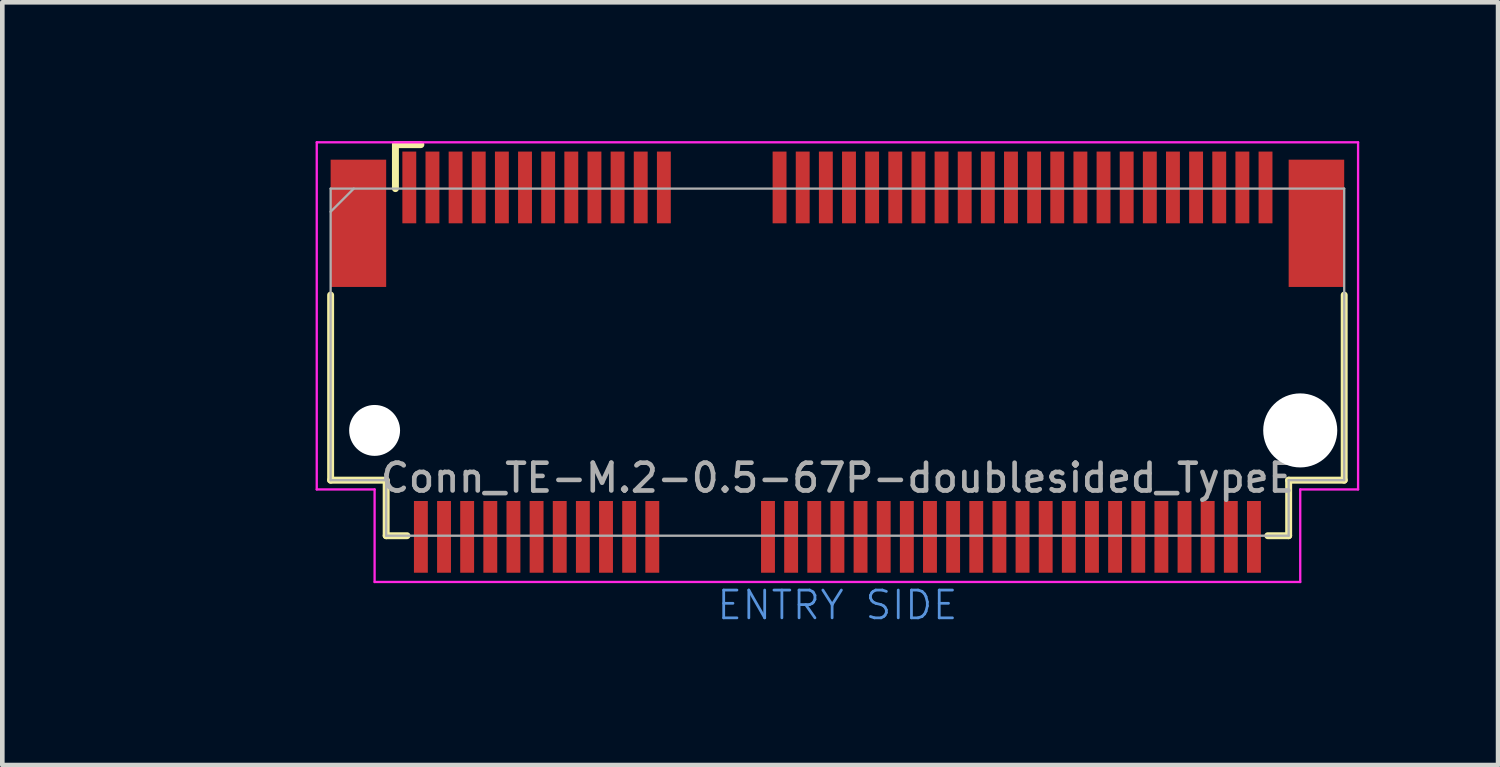
<source format=kicad_pcb>
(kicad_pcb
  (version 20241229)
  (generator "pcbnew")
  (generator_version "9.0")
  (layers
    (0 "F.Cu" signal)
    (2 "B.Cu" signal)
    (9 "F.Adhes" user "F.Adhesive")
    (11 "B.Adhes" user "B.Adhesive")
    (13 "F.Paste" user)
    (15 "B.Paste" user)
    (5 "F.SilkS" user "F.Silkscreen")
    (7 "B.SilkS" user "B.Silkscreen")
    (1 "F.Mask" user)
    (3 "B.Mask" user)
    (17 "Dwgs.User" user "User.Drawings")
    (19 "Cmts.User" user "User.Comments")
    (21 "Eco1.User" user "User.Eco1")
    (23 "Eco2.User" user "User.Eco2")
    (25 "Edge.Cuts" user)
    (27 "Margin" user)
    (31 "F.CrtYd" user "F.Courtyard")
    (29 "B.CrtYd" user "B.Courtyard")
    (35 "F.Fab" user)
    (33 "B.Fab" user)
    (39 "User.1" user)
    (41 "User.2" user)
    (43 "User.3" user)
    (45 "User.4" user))
  (footprint "Conn_TE-M.2-0.5-67P-doublesided_TypeE"
    (layer "F.Cu")
    (at 15.044 6.275)
    (property "Reference" "Conn_TE-M.2-0.5-67P-doublesided_TypeE" (at 0 1 0) (layer "F.Fab") (effects (font (size 0.6 0.6) (thickness 0.1))))
    (attr through_hole)
    (fp_line (start -10.95 1.05) (end -10.95 -2.95) (stroke (width 0.15) (type solid)) (layer "F.SilkS"))
    (fp_line (start -9.75 1.05) (end -10.95 1.05) (stroke (width 0.15) (type solid)) (layer "F.SilkS"))
    (fp_line (start -9.75 2.25) (end -9.75 1.05) (stroke (width 0.15) (type solid)) (layer "F.SilkS"))
    (fp_line (start -9.55 -6.2) (end -9 -6.2) (stroke (width 0.15) (type solid)) (layer "F.SilkS"))
    (fp_line (start -9.55 -5.25) (end -9.55 -6.2) (stroke (width 0.15) (type solid)) (layer "F.SilkS"))
    (fp_line (start -9.3 2.25) (end -9.75 2.25) (stroke (width 0.15) (type solid)) (layer "F.SilkS"))
    (fp_line (start 9.75 1.05) (end 9.75 2.25) (stroke (width 0.15) (type solid)) (layer "F.SilkS"))
    (fp_line (start 9.75 2.25) (end 9.3 2.25) (stroke (width 0.15) (type solid)) (layer "F.SilkS"))
    (fp_line (start 10.95 1.05) (end 9.75 1.05) (stroke (width 0.15) (type solid)) (layer "F.SilkS"))
    (fp_line (start 10.95 1.05) (end 10.95 -2.95) (stroke (width 0.15) (type solid)) (layer "F.SilkS"))
    (fp_line (start -11.25 -6.25) (end 11.25 -6.25) (stroke (width 0.05) (type solid)) (layer "F.CrtYd"))
    (fp_line (start -11.25 1.25) (end -11.25 -6.25) (stroke (width 0.05) (type solid)) (layer "F.CrtYd"))
    (fp_line (start -10 1.25) (end -11.25 1.25) (stroke (width 0.05) (type solid)) (layer "F.CrtYd"))
    (fp_line (start -10 3.25) (end -10 1.25) (stroke (width 0.05) (type solid)) (layer "F.CrtYd"))
    (fp_line (start 10 1.25) (end 10 3.25) (stroke (width 0.05) (type solid)) (layer "F.CrtYd"))
    (fp_line (start 10 3.25) (end -10 3.25) (stroke (width 0.05) (type solid)) (layer "F.CrtYd"))
    (fp_line (start 11.25 -6.25) (end 11.25 1.25) (stroke (width 0.05) (type solid)) (layer "F.CrtYd"))
    (fp_line (start 11.25 1.25) (end 10 1.25) (stroke (width 0.05) (type solid)) (layer "F.CrtYd"))
    (fp_line (start -10.95 -5.25) (end -10.95 1.05) (stroke (width 0.05) (type solid)) (layer "F.Fab"))
    (fp_line (start -10.95 -5.25) (end 10.95 -5.25) (stroke (width 0.05) (type solid)) (layer "F.Fab"))
    (fp_line (start -10.95 -4.75) (end -10.45 -5.25) (stroke (width 0.05) (type solid)) (layer "F.Fab"))
    (fp_line (start -10.95 1.05) (end -9.75 1.05) (stroke (width 0.05) (type solid)) (layer "F.Fab"))
    (fp_line (start -9.75 1.05) (end -9.75 2.25) (stroke (width 0.05) (type solid)) (layer "F.Fab"))
    (fp_line (start -9.75 2.25) (end 9.75 2.25) (stroke (width 0.05) (type solid)) (layer "F.Fab"))
    (fp_line (start 9.75 1.05) (end 9.75 2.25) (stroke (width 0.05) (type solid)) (layer "F.Fab"))
    (fp_line (start 10.95 1.05) (end 9.75 1.05) (stroke (width 0.05) (type solid)) (layer "F.Fab"))
    (fp_line (start 10.95 1.05) (end 10.95 -5.25) (stroke (width 0.05) (type solid)) (layer "F.Fab"))
    (fp_text user "ENTRY SIDE" (at 0 3.75 0) (layer "Cmts.User") (effects (font (size 0.6 0.6) (thickness 0.06))))
    (fp_text user "${REFERENCE}" (at -10.1 -4.8 0) (layer "Eco1.User") (effects (font (size 0.3 0.3) (thickness 0.03))))
    (pad "" smd rect (at -10.35 -4.5) (size 1.2 2.75) (layers "F.Cu" "F.Mask" "F.Paste"))
    (pad "" np_thru_hole circle (at -10 -0.025) (size 1.1 1.1) (drill 1.1) (layers "*.Cu"))
    (pad "" np_thru_hole circle (at 10 -0.025) (size 1.6 1.6) (drill 1.6) (layers "*.Cu"))
    (pad "" smd rect (at 10.35 -4.5) (size 1.2 2.75) (layers "F.Cu" "F.Mask" "F.Paste"))
    (pad "1" smd rect (at -9.25 -5.275) (size 0.3 1.55) (layers "F.Cu" "F.Mask" "F.Paste"))
    (pad "2" smd rect (at -9 2.275) (size 0.3 1.55) (layers "F.Cu" "F.Mask" "F.Paste"))
    (pad "3" smd rect (at -8.75 -5.275) (size 0.3 1.55) (layers "F.Cu" "F.Mask" "F.Paste"))
    (pad "4" smd rect (at -8.5 2.275) (size 0.3 1.55) (layers "F.Cu" "F.Mask" "F.Paste"))
    (pad "5" smd rect (at -8.25 -5.275) (size 0.3 1.55) (layers "F.Cu" "F.Mask" "F.Paste"))
    (pad "6" smd rect (at -8 2.275) (size 0.3 1.55) (layers "F.Cu" "F.Mask" "F.Paste"))
    (pad "7" smd rect (at -7.75 -5.275) (size 0.3 1.55) (layers "F.Cu" "F.Mask" "F.Paste"))
    (pad "8" smd rect (at -7.5 2.275) (size 0.3 1.55) (layers "F.Cu" "F.Mask" "F.Paste"))
    (pad "9" smd rect (at -7.25 -5.275) (size 0.3 1.55) (layers "F.Cu" "F.Mask" "F.Paste"))
    (pad "10" smd rect (at -7 2.275) (size 0.3 1.55) (layers "F.Cu" "F.Mask" "F.Paste"))
    (pad "11" smd rect (at -6.75 -5.275) (size 0.3 1.55) (layers "F.Cu" "F.Mask" "F.Paste"))
    (pad "12" smd rect (at -6.5 2.275) (size 0.3 1.55) (layers "F.Cu" "F.Mask" "F.Paste"))
    (pad "13" smd rect (at -6.25 -5.275) (size 0.3 1.55) (layers "F.Cu" "F.Mask" "F.Paste"))
    (pad "14" smd rect (at -6 2.275) (size 0.3 1.55) (layers "F.Cu" "F.Mask" "F.Paste"))
    (pad "15" smd rect (at -5.75 -5.275) (size 0.3 1.55) (layers "F.Cu" "F.Mask" "F.Paste"))
    (pad "16" smd rect (at -5.5 2.275) (size 0.3 1.55) (layers "F.Cu" "F.Mask" "F.Paste"))
    (pad "17" smd rect (at -5.25 -5.275) (size 0.3 1.55) (layers "F.Cu" "F.Mask" "F.Paste"))
    (pad "18" smd rect (at -5 2.275) (size 0.3 1.55) (layers "F.Cu" "F.Mask" "F.Paste"))
    (pad "19" smd rect (at -4.75 -5.275) (size 0.3 1.55) (layers "F.Cu" "F.Mask" "F.Paste"))
    (pad "20" smd rect (at -4.5 2.275) (size 0.3 1.55) (layers "F.Cu" "F.Mask" "F.Paste"))
    (pad "21" smd rect (at -4.25 -5.275) (size 0.3 1.55) (layers "F.Cu" "F.Mask" "F.Paste"))
    (pad "22" smd rect (at -4 2.275) (size 0.3 1.55) (layers "F.Cu" "F.Mask" "F.Paste"))
    (pad "23" smd rect (at -3.75 -5.275) (size 0.3 1.55) (layers "F.Cu" "F.Mask" "F.Paste"))
    (pad "32" smd rect (at -1.5 2.275) (size 0.3 1.55) (layers "F.Cu" "F.Mask" "F.Paste"))
    (pad "33" smd rect (at -1.25 -5.275) (size 0.3 1.55) (layers "F.Cu" "F.Mask" "F.Paste"))
    (pad "34" smd rect (at -1 2.275) (size 0.3 1.55) (layers "F.Cu" "F.Mask" "F.Paste"))
    (pad "35" smd rect (at -0.75 -5.275) (size 0.3 1.55) (layers "F.Cu" "F.Mask" "F.Paste"))
    (pad "36" smd rect (at -0.5 2.275) (size 0.3 1.55) (layers "F.Cu" "F.Mask" "F.Paste"))
    (pad "37" smd rect (at -0.25 -5.275) (size 0.3 1.55) (layers "F.Cu" "F.Mask" "F.Paste"))
    (pad "38" smd rect (at 0 2.275) (size 0.3 1.55) (layers "F.Cu" "F.Mask" "F.Paste"))
    (pad "39" smd rect (at 0.25 -5.275) (size 0.3 1.55) (layers "F.Cu" "F.Mask" "F.Paste"))
    (pad "40" smd rect (at 0.5 2.275) (size 0.3 1.55) (layers "F.Cu" "F.Mask" "F.Paste"))
    (pad "41" smd rect (at 0.75 -5.275) (size 0.3 1.55) (layers "F.Cu" "F.Mask" "F.Paste"))
    (pad "42" smd rect (at 1 2.275) (size 0.3 1.55) (layers "F.Cu" "F.Mask" "F.Paste"))
    (pad "43" smd rect (at 1.25 -5.275) (size 0.3 1.55) (layers "F.Cu" "F.Mask" "F.Paste"))
    (pad "44" smd rect (at 1.5 2.275) (size 0.3 1.55) (layers "F.Cu" "F.Mask" "F.Paste"))
    (pad "45" smd rect (at 1.75 -5.275) (size 0.3 1.55) (layers "F.Cu" "F.Mask" "F.Paste"))
    (pad "46" smd rect (at 2 2.275) (size 0.3 1.55) (layers "F.Cu" "F.Mask" "F.Paste"))
    (pad "47" smd rect (at 2.25 -5.275) (size 0.3 1.55) (layers "F.Cu" "F.Mask" "F.Paste"))
    (pad "48" smd rect (at 2.5 2.275) (size 0.3 1.55) (layers "F.Cu" "F.Mask" "F.Paste"))
    (pad "49" smd rect (at 2.75 -5.275) (size 0.3 1.55) (layers "F.Cu" "F.Mask" "F.Paste"))
    (pad "50" smd rect (at 3 2.275) (size 0.3 1.55) (layers "F.Cu" "F.Mask" "F.Paste"))
    (pad "51" smd rect (at 3.25 -5.275) (size 0.3 1.55) (layers "F.Cu" "F.Mask" "F.Paste"))
    (pad "52" smd rect (at 3.5 2.275) (size 0.3 1.55) (layers "F.Cu" "F.Mask" "F.Paste"))
    (pad "53" smd rect (at 3.75 -5.275) (size 0.3 1.55) (layers "F.Cu" "F.Mask" "F.Paste"))
    (pad "54" smd rect (at 4 2.275) (size 0.3 1.55) (layers "F.Cu" "F.Mask" "F.Paste"))
    (pad "55" smd rect (at 4.25 -5.275) (size 0.3 1.55) (layers "F.Cu" "F.Mask" "F.Paste"))
    (pad "56" smd rect (at 4.5 2.275) (size 0.3 1.55) (layers "F.Cu" "F.Mask" "F.Paste"))
    (pad "57" smd rect (at 4.75 -5.275) (size 0.3 1.55) (layers "F.Cu" "F.Mask" "F.Paste"))
    (pad "58" smd rect (at 5 2.275) (size 0.3 1.55) (layers "F.Cu" "F.Mask" "F.Paste"))
    (pad "59" smd rect (at 5.25 -5.275) (size 0.3 1.55) (layers "F.Cu" "F.Mask" "F.Paste"))
    (pad "60" smd rect (at 5.5 2.275) (size 0.3 1.55) (layers "F.Cu" "F.Mask" "F.Paste"))
    (pad "61" smd rect (at 5.75 -5.275) (size 0.3 1.55) (layers "F.Cu" "F.Mask" "F.Paste"))
    (pad "62" smd rect (at 6 2.275) (size 0.3 1.55) (layers "F.Cu" "F.Mask" "F.Paste"))
    (pad "63" smd rect (at 6.25 -5.275) (size 0.3 1.55) (layers "F.Cu" "F.Mask" "F.Paste"))
    (pad "64" smd rect (at 6.5 2.275) (size 0.3 1.55) (layers "F.Cu" "F.Mask" "F.Paste"))
    (pad "65" smd rect (at 6.75 -5.275) (size 0.3 1.55) (layers "F.Cu" "F.Mask" "F.Paste"))
    (pad "66" smd rect (at 7 2.275) (size 0.3 1.55) (layers "F.Cu" "F.Mask" "F.Paste"))
    (pad "67" smd rect (at 7.25 -5.275) (size 0.3 1.55) (layers "F.Cu" "F.Mask" "F.Paste"))
    (pad "68" smd rect (at 7.5 2.275) (size 0.3 1.55) (layers "F.Cu" "F.Mask" "F.Paste"))
    (pad "69" smd rect (at 7.75 -5.275) (size 0.3 1.55) (layers "F.Cu" "F.Mask" "F.Paste"))
    (pad "70" smd rect (at 8 2.275) (size 0.3 1.55) (layers "F.Cu" "F.Mask" "F.Paste"))
    (pad "71" smd rect (at 8.25 -5.275) (size 0.3 1.55) (layers "F.Cu" "F.Mask" "F.Paste"))
    (pad "72" smd rect (at 8.5 2.275) (size 0.3 1.55) (layers "F.Cu" "F.Mask" "F.Paste"))
    (pad "73" smd rect (at 8.75 -5.275) (size 0.3 1.55) (layers "F.Cu" "F.Mask" "F.Paste"))
    (pad "74" smd rect (at 9 2.275) (size 0.3 1.55) (layers "F.Cu" "F.Mask" "F.Paste"))
    (pad "75" smd rect (at 9.25 -5.275) (size 0.3 1.55) (layers "F.Cu" "F.Mask" "F.Paste")))
  (gr_rect
    (start -3 -3)
    (end 29.319 13.481)
    (stroke (width 0.1) (type default))
    (fill no)
    (layer "Edge.Cuts")))
</source>
